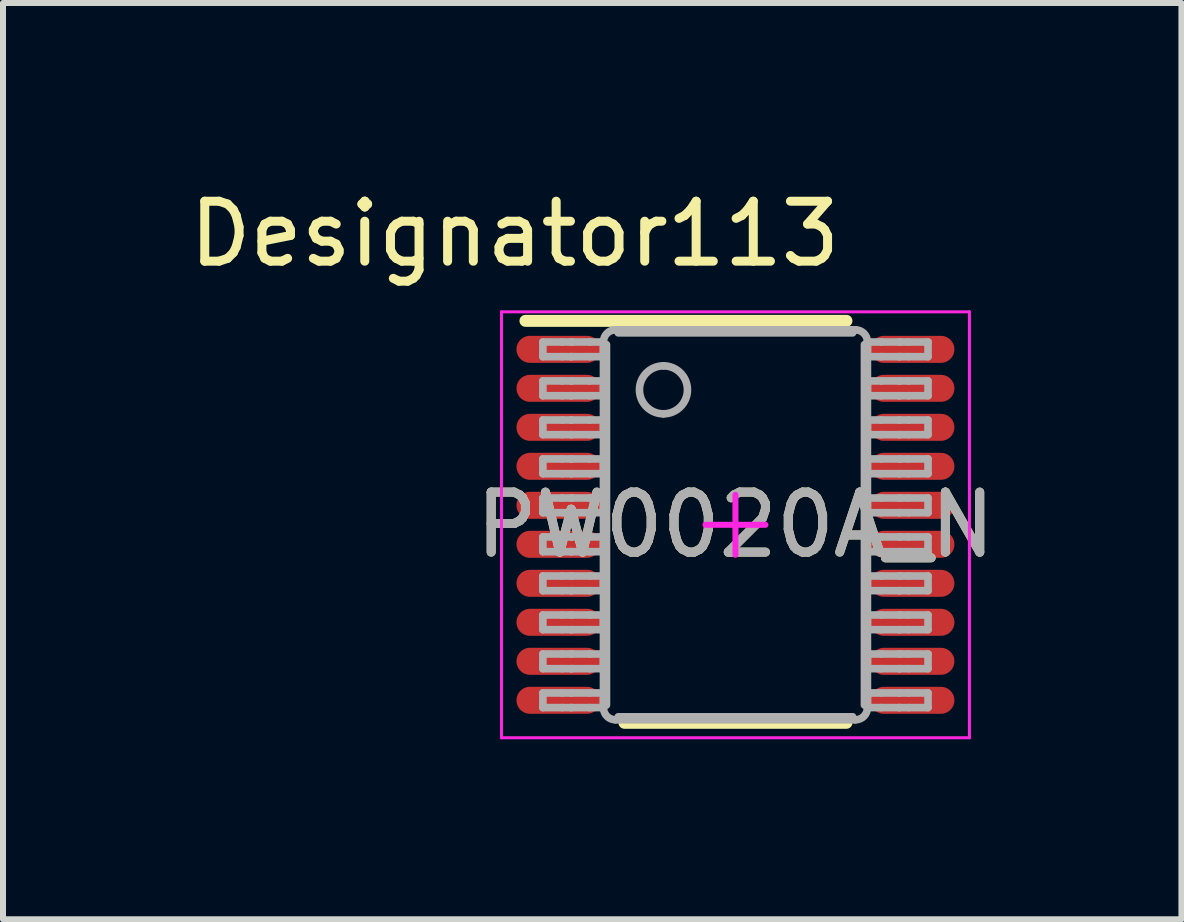
<source format=kicad_pcb>
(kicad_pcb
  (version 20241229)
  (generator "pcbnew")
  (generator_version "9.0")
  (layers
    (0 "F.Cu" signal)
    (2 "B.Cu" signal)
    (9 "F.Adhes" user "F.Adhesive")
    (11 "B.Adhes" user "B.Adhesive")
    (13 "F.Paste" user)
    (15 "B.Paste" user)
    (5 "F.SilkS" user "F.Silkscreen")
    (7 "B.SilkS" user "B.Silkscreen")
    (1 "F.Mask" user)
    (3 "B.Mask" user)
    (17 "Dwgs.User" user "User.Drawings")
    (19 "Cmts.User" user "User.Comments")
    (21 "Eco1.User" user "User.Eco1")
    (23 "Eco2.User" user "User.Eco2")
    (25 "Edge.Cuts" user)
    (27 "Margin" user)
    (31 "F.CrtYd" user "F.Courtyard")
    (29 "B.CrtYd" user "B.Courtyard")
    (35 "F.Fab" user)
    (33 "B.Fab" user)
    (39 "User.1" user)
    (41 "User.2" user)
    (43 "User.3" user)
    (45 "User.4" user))
  (footprint "PW0020A_N"
    (layer "F.Cu")
    (at 9.209 5.698)
    (property "Reference" "PW0020A_N" (at 0 0 0) (unlocked yes) (layer "F.SilkS") (effects (font (size 1 1) (thickness 0.15))))
    (attr smd)
    (fp_line (start -3.5 -3.4) (end 1.85 -3.4) (stroke (width 0.2) (type solid)) (layer "F.SilkS"))
    (fp_line (start -1.85 3.3) (end 1.85 3.3) (stroke (width 0.2) (type solid)) (layer "F.SilkS"))
    (fp_line (start -3.9 -3.55) (end 3.9 -3.55) (stroke (width 0.05) (type solid)) (layer "F.CrtYd"))
    (fp_line (start -3.9 3.55) (end -3.9 -3.55) (stroke (width 0.05) (type solid)) (layer "F.CrtYd"))
    (fp_line (start -3.9 3.55) (end 3.9 3.55) (stroke (width 0.05) (type solid)) (layer "F.CrtYd"))
    (fp_line (start -0.5 0.000003) (end 0.5 0.000003) (stroke (width 0.1) (type solid)) (layer "F.CrtYd"))
    (fp_line (start 0 0.5) (end 0 -0.5) (stroke (width 0.1) (type solid)) (layer "F.CrtYd"))
    (fp_line (start 3.9 3.55) (end 3.9 -3.55) (stroke (width 0.05) (type solid)) (layer "F.CrtYd"))
    (fp_line (start -3.21 -3.047) (end -2.887 -3.047) (stroke (width 0.127) (type solid)) (layer "F.Fab"))
    (fp_line (start -3.21 -2.803) (end -3.21 -3.047) (stroke (width 0.127) (type solid)) (layer "F.Fab"))
    (fp_line (start -3.21 -2.803) (end -2.887 -2.803) (stroke (width 0.127) (type solid)) (layer "F.Fab"))
    (fp_line (start -3.21 -2.398) (end -2.887 -2.398) (stroke (width 0.127) (type solid)) (layer "F.Fab"))
    (fp_line (start -3.21 -2.152) (end -3.21 -2.398) (stroke (width 0.127) (type solid)) (layer "F.Fab"))
    (fp_line (start -3.21 -2.152) (end -2.887 -2.152) (stroke (width 0.127) (type solid)) (layer "F.Fab"))
    (fp_line (start -3.21 -1.747) (end -2.887 -1.747) (stroke (width 0.127) (type solid)) (layer "F.Fab"))
    (fp_line (start -3.21 -1.503) (end -3.21 -1.747) (stroke (width 0.127) (type solid)) (layer "F.Fab"))
    (fp_line (start -3.21 -1.503) (end -2.887 -1.503) (stroke (width 0.127) (type solid)) (layer "F.Fab"))
    (fp_line (start -3.21 -1.098) (end -2.887 -1.098) (stroke (width 0.127) (type solid)) (layer "F.Fab"))
    (fp_line (start -3.21 -0.852) (end -3.21 -1.098) (stroke (width 0.127) (type solid)) (layer "F.Fab"))
    (fp_line (start -3.21 -0.852) (end -2.887 -0.852) (stroke (width 0.127) (type solid)) (layer "F.Fab"))
    (fp_line (start -3.21 -0.447) (end -2.887 -0.447) (stroke (width 0.127) (type solid)) (layer "F.Fab"))
    (fp_line (start -3.21 -0.202) (end -3.21 -0.447) (stroke (width 0.127) (type solid)) (layer "F.Fab"))
    (fp_line (start -3.21 -0.202) (end -2.887 -0.202) (stroke (width 0.127) (type solid)) (layer "F.Fab"))
    (fp_line (start -3.21 0.202) (end -2.887 0.202) (stroke (width 0.127) (type solid)) (layer "F.Fab"))
    (fp_line (start -3.21 0.448) (end -3.21 0.202) (stroke (width 0.127) (type solid)) (layer "F.Fab"))
    (fp_line (start -3.21 0.448) (end -2.887 0.448) (stroke (width 0.127) (type solid)) (layer "F.Fab"))
    (fp_line (start -3.21 0.853) (end -2.887 0.853) (stroke (width 0.127) (type solid)) (layer "F.Fab"))
    (fp_line (start -3.21 1.098) (end -3.21 0.853) (stroke (width 0.127) (type solid)) (layer "F.Fab"))
    (fp_line (start -3.21 1.098) (end -2.887 1.098) (stroke (width 0.127) (type solid)) (layer "F.Fab"))
    (fp_line (start -3.21 1.503) (end -2.887 1.503) (stroke (width 0.127) (type solid)) (layer "F.Fab"))
    (fp_line (start -3.21 1.748) (end -3.21 1.503) (stroke (width 0.127) (type solid)) (layer "F.Fab"))
    (fp_line (start -3.21 1.748) (end -2.887 1.748) (stroke (width 0.127) (type solid)) (layer "F.Fab"))
    (fp_line (start -3.21 2.153) (end -2.887 2.153) (stroke (width 0.127) (type solid)) (layer "F.Fab"))
    (fp_line (start -3.21 2.398) (end -3.21 2.153) (stroke (width 0.127) (type solid)) (layer "F.Fab"))
    (fp_line (start -3.21 2.398) (end -2.887 2.398) (stroke (width 0.127) (type solid)) (layer "F.Fab"))
    (fp_line (start -3.21 2.803) (end -2.887 2.803) (stroke (width 0.127) (type solid)) (layer "F.Fab"))
    (fp_line (start -3.21 3.047) (end -3.21 2.803) (stroke (width 0.127) (type solid)) (layer "F.Fab"))
    (fp_line (start -3.21 3.047) (end -2.887 3.047) (stroke (width 0.127) (type solid)) (layer "F.Fab"))
    (fp_line (start -2.887 -3.047) (end -2.739 -3.047) (stroke (width 0.127) (type solid)) (layer "F.Fab"))
    (fp_line (start -2.887 -2.803) (end -2.739 -2.803) (stroke (width 0.127) (type solid)) (layer "F.Fab"))
    (fp_line (start -2.887 -2.398) (end -2.739 -2.398) (stroke (width 0.127) (type solid)) (layer "F.Fab"))
    (fp_line (start -2.887 -2.152) (end -2.739 -2.152) (stroke (width 0.127) (type solid)) (layer "F.Fab"))
    (fp_line (start -2.887 -1.747) (end -2.739 -1.747) (stroke (width 0.127) (type solid)) (layer "F.Fab"))
    (fp_line (start -2.887 -1.503) (end -2.739 -1.503) (stroke (width 0.127) (type solid)) (layer "F.Fab"))
    (fp_line (start -2.887 -1.098) (end -2.739 -1.098) (stroke (width 0.127) (type solid)) (layer "F.Fab"))
    (fp_line (start -2.887 -0.852) (end -2.739 -0.852) (stroke (width 0.127) (type solid)) (layer "F.Fab"))
    (fp_line (start -2.887 -0.447) (end -2.739 -0.447) (stroke (width 0.127) (type solid)) (layer "F.Fab"))
    (fp_line (start -2.887 -0.202) (end -2.739 -0.202) (stroke (width 0.127) (type solid)) (layer "F.Fab"))
    (fp_line (start -2.887 0.202) (end -2.739 0.202) (stroke (width 0.127) (type solid)) (layer "F.Fab"))
    (fp_line (start -2.887 0.448) (end -2.739 0.448) (stroke (width 0.127) (type solid)) (layer "F.Fab"))
    (fp_line (start -2.887 0.853) (end -2.739 0.853) (stroke (width 0.127) (type solid)) (layer "F.Fab"))
    (fp_line (start -2.887 1.098) (end -2.739 1.098) (stroke (width 0.127) (type solid)) (layer "F.Fab"))
    (fp_line (start -2.887 1.503) (end -2.739 1.503) (stroke (width 0.127) (type solid)) (layer "F.Fab"))
    (fp_line (start -2.887 1.748) (end -2.739 1.748) (stroke (width 0.127) (type solid)) (layer "F.Fab"))
    (fp_line (start -2.887 2.153) (end -2.739 2.153) (stroke (width 0.127) (type solid)) (layer "F.Fab"))
    (fp_line (start -2.887 2.398) (end -2.739 2.398) (stroke (width 0.127) (type solid)) (layer "F.Fab"))
    (fp_line (start -2.887 2.803) (end -2.739 2.803) (stroke (width 0.127) (type solid)) (layer "F.Fab"))
    (fp_line (start -2.887 3.047) (end -2.739 3.047) (stroke (width 0.127) (type solid)) (layer "F.Fab"))
    (fp_line (start -2.739 -3.047) (end -2.733 -3.047) (stroke (width 0.127) (type solid)) (layer "F.Fab"))
    (fp_line (start -2.739 -2.803) (end -2.733 -2.803) (stroke (width 0.127) (type solid)) (layer "F.Fab"))
    (fp_line (start -2.739 -2.398) (end -2.733 -2.398) (stroke (width 0.127) (type solid)) (layer "F.Fab"))
    (fp_line (start -2.739 -2.152) (end -2.733 -2.152) (stroke (width 0.127) (type solid)) (layer "F.Fab"))
    (fp_line (start -2.739 -1.747) (end -2.733 -1.747) (stroke (width 0.127) (type solid)) (layer "F.Fab"))
    (fp_line (start -2.739 -1.503) (end -2.733 -1.503) (stroke (width 0.127) (type solid)) (layer "F.Fab"))
    (fp_line (start -2.739 -1.098) (end -2.733 -1.098) (stroke (width 0.127) (type solid)) (layer "F.Fab"))
    (fp_line (start -2.739 -0.852) (end -2.733 -0.852) (stroke (width 0.127) (type solid)) (layer "F.Fab"))
    (fp_line (start -2.739 -0.447) (end -2.733 -0.447) (stroke (width 0.127) (type solid)) (layer "F.Fab"))
    (fp_line (start -2.739 -0.202) (end -2.733 -0.202) (stroke (width 0.127) (type solid)) (layer "F.Fab"))
    (fp_line (start -2.739 0.202) (end -2.733 0.202) (stroke (width 0.127) (type solid)) (layer "F.Fab"))
    (fp_line (start -2.739 0.448) (end -2.733 0.448) (stroke (width 0.127) (type solid)) (layer "F.Fab"))
    (fp_line (start -2.739 0.853) (end -2.733 0.853) (stroke (width 0.127) (type solid)) (layer "F.Fab"))
    (fp_line (start -2.739 1.098) (end -2.733 1.098) (stroke (width 0.127) (type solid)) (layer "F.Fab"))
    (fp_line (start -2.739 1.503) (end -2.733 1.503) (stroke (width 0.127) (type solid)) (layer "F.Fab"))
    (fp_line (start -2.739 1.748) (end -2.733 1.748) (stroke (width 0.127) (type solid)) (layer "F.Fab"))
    (fp_line (start -2.739 2.153) (end -2.733 2.153) (stroke (width 0.127) (type solid)) (layer "F.Fab"))
    (fp_line (start -2.739 2.398) (end -2.733 2.398) (stroke (width 0.127) (type solid)) (layer "F.Fab"))
    (fp_line (start -2.739 2.803) (end -2.733 2.803) (stroke (width 0.127) (type solid)) (layer "F.Fab"))
    (fp_line (start -2.739 3.047) (end -2.733 3.047) (stroke (width 0.127) (type solid)) (layer "F.Fab"))
    (fp_line (start -2.733 -3.047) (end -2.431 -3.047) (stroke (width 0.127) (type solid)) (layer "F.Fab"))
    (fp_line (start -2.733 -2.803) (end -2.431 -2.803) (stroke (width 0.127) (type solid)) (layer "F.Fab"))
    (fp_line (start -2.733 -2.398) (end -2.431 -2.398) (stroke (width 0.127) (type solid)) (layer "F.Fab"))
    (fp_line (start -2.733 -2.152) (end -2.431 -2.152) (stroke (width 0.127) (type solid)) (layer "F.Fab"))
    (fp_line (start -2.733 -1.747) (end -2.431 -1.747) (stroke (width 0.127) (type solid)) (layer "F.Fab"))
    (fp_line (start -2.733 -1.503) (end -2.431 -1.503) (stroke (width 0.127) (type solid)) (layer "F.Fab"))
    (fp_line (start -2.733 -1.098) (end -2.431 -1.098) (stroke (width 0.127) (type solid)) (layer "F.Fab"))
    (fp_line (start -2.733 -0.852) (end -2.431 -0.852) (stroke (width 0.127) (type solid)) (layer "F.Fab"))
    (fp_line (start -2.733 -0.447) (end -2.431 -0.447) (stroke (width 0.127) (type solid)) (layer "F.Fab"))
    (fp_line (start -2.733 -0.202) (end -2.431 -0.202) (stroke (width 0.127) (type solid)) (layer "F.Fab"))
    (fp_line (start -2.733 0.202) (end -2.431 0.202) (stroke (width 0.127) (type solid)) (layer "F.Fab"))
    (fp_line (start -2.733 0.448) (end -2.431 0.448) (stroke (width 0.127) (type solid)) (layer "F.Fab"))
    (fp_line (start -2.733 0.853) (end -2.431 0.853) (stroke (width 0.127) (type solid)) (layer "F.Fab"))
    (fp_line (start -2.733 1.098) (end -2.431 1.098) (stroke (width 0.127) (type solid)) (layer "F.Fab"))
    (fp_line (start -2.733 1.503) (end -2.431 1.503) (stroke (width 0.127) (type solid)) (layer "F.Fab"))
    (fp_line (start -2.733 1.748) (end -2.431 1.748) (stroke (width 0.127) (type solid)) (layer "F.Fab"))
    (fp_line (start -2.733 2.153) (end -2.431 2.153) (stroke (width 0.127) (type solid)) (layer "F.Fab"))
    (fp_line (start -2.733 2.398) (end -2.431 2.398) (stroke (width 0.127) (type solid)) (layer "F.Fab"))
    (fp_line (start -2.733 2.803) (end -2.431 2.803) (stroke (width 0.127) (type solid)) (layer "F.Fab"))
    (fp_line (start -2.733 3.047) (end -2.431 3.047) (stroke (width 0.127) (type solid)) (layer "F.Fab"))
    (fp_line (start -2.431 -3.047) (end -2.2 -3.047) (stroke (width 0.127) (type solid)) (layer "F.Fab"))
    (fp_line (start -2.431 -2.803) (end -2.2 -2.803) (stroke (width 0.127) (type solid)) (layer "F.Fab"))
    (fp_line (start -2.431 -2.398) (end -2.2 -2.398) (stroke (width 0.127) (type solid)) (layer "F.Fab"))
    (fp_line (start -2.431 -2.152) (end -2.2 -2.152) (stroke (width 0.127) (type solid)) (layer "F.Fab"))
    (fp_line (start -2.431 -1.747) (end -2.2 -1.747) (stroke (width 0.127) (type solid)) (layer "F.Fab"))
    (fp_line (start -2.431 -1.503) (end -2.2 -1.503) (stroke (width 0.127) (type solid)) (layer "F.Fab"))
    (fp_line (start -2.431 -1.098) (end -2.2 -1.098) (stroke (width 0.127) (type solid)) (layer "F.Fab"))
    (fp_line (start -2.431 -0.852) (end -2.2 -0.852) (stroke (width 0.127) (type solid)) (layer "F.Fab"))
    (fp_line (start -2.431 -0.447) (end -2.2 -0.447) (stroke (width 0.127) (type solid)) (layer "F.Fab"))
    (fp_line (start -2.431 -0.202) (end -2.2 -0.202) (stroke (width 0.127) (type solid)) (layer "F.Fab"))
    (fp_line (start -2.431 0.202) (end -2.2 0.202) (stroke (width 0.127) (type solid)) (layer "F.Fab"))
    (fp_line (start -2.431 0.448) (end -2.2 0.448) (stroke (width 0.127) (type solid)) (layer "F.Fab"))
    (fp_line (start -2.431 0.853) (end -2.2 0.853) (stroke (width 0.127) (type solid)) (layer "F.Fab"))
    (fp_line (start -2.431 1.098) (end -2.2 1.098) (stroke (width 0.127) (type solid)) (layer "F.Fab"))
    (fp_line (start -2.431 1.503) (end -2.2 1.503) (stroke (width 0.127) (type solid)) (layer "F.Fab"))
    (fp_line (start -2.431 1.748) (end -2.2 1.748) (stroke (width 0.127) (type solid)) (layer "F.Fab"))
    (fp_line (start -2.431 2.153) (end -2.2 2.153) (stroke (width 0.127) (type solid)) (layer "F.Fab"))
    (fp_line (start -2.431 2.398) (end -2.2 2.398) (stroke (width 0.127) (type solid)) (layer "F.Fab"))
    (fp_line (start -2.431 2.803) (end -2.2 2.803) (stroke (width 0.127) (type solid)) (layer "F.Fab"))
    (fp_line (start -2.431 3.047) (end -2.2 3.047) (stroke (width 0.127) (type solid)) (layer "F.Fab"))
    (fp_line (start -2.2 -2.803) (end -2.2 -3.047) (stroke (width 0.127) (type solid)) (layer "F.Fab"))
    (fp_line (start -2.2 -2.152) (end -2.2 -2.398) (stroke (width 0.127) (type solid)) (layer "F.Fab"))
    (fp_line (start -2.2 -1.503) (end -2.2 -1.747) (stroke (width 0.127) (type solid)) (layer "F.Fab"))
    (fp_line (start -2.2 -0.852) (end -2.2 -1.098) (stroke (width 0.127) (type solid)) (layer "F.Fab"))
    (fp_line (start -2.2 -0.202) (end -2.2 -0.447) (stroke (width 0.127) (type solid)) (layer "F.Fab"))
    (fp_line (start -2.2 0.448) (end -2.2 0.202) (stroke (width 0.127) (type solid)) (layer "F.Fab"))
    (fp_line (start -2.2 1.098) (end -2.2 0.853) (stroke (width 0.127) (type solid)) (layer "F.Fab"))
    (fp_line (start -2.2 1.748) (end -2.2 1.503) (stroke (width 0.127) (type solid)) (layer "F.Fab"))
    (fp_line (start -2.2 2.398) (end -2.2 2.153) (stroke (width 0.127) (type solid)) (layer "F.Fab"))
    (fp_line (start -2.2 3.047) (end -2.2 2.803) (stroke (width 0.127) (type solid)) (layer "F.Fab"))
    (fp_line (start -2.2 3.05) (end -2.2 -3.05) (stroke (width 0.127) (type solid)) (layer "F.Fab"))
    (fp_line (start -2.15 3.004) (end -2.15 -3.004) (stroke (width 0.127) (type solid)) (layer "F.Fab"))
    (fp_line (start -2 -3.25) (end 2 -3.25) (stroke (width 0.127) (type solid)) (layer "F.Fab"))
    (fp_line (start -2 3.25) (end 2 3.25) (stroke (width 0.127) (type solid)) (layer "F.Fab"))
    (fp_line (start -1.954 -3.2) (end 1.954 -3.2) (stroke (width 0.127) (type solid)) (layer "F.Fab"))
    (fp_line (start -1.954 3.2) (end 1.954 3.2) (stroke (width 0.127) (type solid)) (layer "F.Fab"))
    (fp_line (start 2.15 3.004) (end 2.15 -3.004) (stroke (width 0.127) (type solid)) (layer "F.Fab"))
    (fp_line (start 2.2 -3.047) (end 2.43 -3.047) (stroke (width 0.127) (type solid)) (layer "F.Fab"))
    (fp_line (start 2.2 -2.803) (end 2.2 -3.047) (stroke (width 0.127) (type solid)) (layer "F.Fab"))
    (fp_line (start 2.2 -2.803) (end 2.43 -2.803) (stroke (width 0.127) (type solid)) (layer "F.Fab"))
    (fp_line (start 2.2 -2.398) (end 2.43 -2.398) (stroke (width 0.127) (type solid)) (layer "F.Fab"))
    (fp_line (start 2.2 -2.152) (end 2.2 -2.398) (stroke (width 0.127) (type solid)) (layer "F.Fab"))
    (fp_line (start 2.2 -2.152) (end 2.43 -2.152) (stroke (width 0.127) (type solid)) (layer "F.Fab"))
    (fp_line (start 2.2 -1.747) (end 2.43 -1.747) (stroke (width 0.127) (type solid)) (layer "F.Fab"))
    (fp_line (start 2.2 -1.503) (end 2.2 -1.747) (stroke (width 0.127) (type solid)) (layer "F.Fab"))
    (fp_line (start 2.2 -1.503) (end 2.43 -1.503) (stroke (width 0.127) (type solid)) (layer "F.Fab"))
    (fp_line (start 2.2 -1.098) (end 2.43 -1.098) (stroke (width 0.127) (type solid)) (layer "F.Fab"))
    (fp_line (start 2.2 -0.852) (end 2.2 -1.098) (stroke (width 0.127) (type solid)) (layer "F.Fab"))
    (fp_line (start 2.2 -0.852) (end 2.43 -0.852) (stroke (width 0.127) (type solid)) (layer "F.Fab"))
    (fp_line (start 2.2 -0.447) (end 2.43 -0.447) (stroke (width 0.127) (type solid)) (layer "F.Fab"))
    (fp_line (start 2.2 -0.202) (end 2.2 -0.447) (stroke (width 0.127) (type solid)) (layer "F.Fab"))
    (fp_line (start 2.2 -0.202) (end 2.43 -0.202) (stroke (width 0.127) (type solid)) (layer "F.Fab"))
    (fp_line (start 2.2 0.202) (end 2.43 0.202) (stroke (width 0.127) (type solid)) (layer "F.Fab"))
    (fp_line (start 2.2 0.448) (end 2.2 0.202) (stroke (width 0.127) (type solid)) (layer "F.Fab"))
    (fp_line (start 2.2 0.448) (end 2.43 0.448) (stroke (width 0.127) (type solid)) (layer "F.Fab"))
    (fp_line (start 2.2 0.853) (end 2.43 0.853) (stroke (width 0.127) (type solid)) (layer "F.Fab"))
    (fp_line (start 2.2 1.098) (end 2.2 0.853) (stroke (width 0.127) (type solid)) (layer "F.Fab"))
    (fp_line (start 2.2 1.098) (end 2.43 1.098) (stroke (width 0.127) (type solid)) (layer "F.Fab"))
    (fp_line (start 2.2 1.503) (end 2.43 1.503) (stroke (width 0.127) (type solid)) (layer "F.Fab"))
    (fp_line (start 2.2 1.748) (end 2.2 1.503) (stroke (width 0.127) (type solid)) (layer "F.Fab"))
    (fp_line (start 2.2 1.748) (end 2.43 1.748) (stroke (width 0.127) (type solid)) (layer "F.Fab"))
    (fp_line (start 2.2 2.153) (end 2.43 2.153) (stroke (width 0.127) (type solid)) (layer "F.Fab"))
    (fp_line (start 2.2 2.398) (end 2.2 2.153) (stroke (width 0.127) (type solid)) (layer "F.Fab"))
    (fp_line (start 2.2 2.398) (end 2.43 2.398) (stroke (width 0.127) (type solid)) (layer "F.Fab"))
    (fp_line (start 2.2 2.803) (end 2.43 2.803) (stroke (width 0.127) (type solid)) (layer "F.Fab"))
    (fp_line (start 2.2 3.047) (end 2.2 2.803) (stroke (width 0.127) (type solid)) (layer "F.Fab"))
    (fp_line (start 2.2 3.047) (end 2.43 3.047) (stroke (width 0.127) (type solid)) (layer "F.Fab"))
    (fp_line (start 2.2 3.05) (end 2.2 -3.05) (stroke (width 0.127) (type solid)) (layer "F.Fab"))
    (fp_line (start 2.43 -3.047) (end 2.733 -3.047) (stroke (width 0.127) (type solid)) (layer "F.Fab"))
    (fp_line (start 2.43 -2.803) (end 2.733 -2.803) (stroke (width 0.127) (type solid)) (layer "F.Fab"))
    (fp_line (start 2.43 -2.398) (end 2.733 -2.398) (stroke (width 0.127) (type solid)) (layer "F.Fab"))
    (fp_line (start 2.43 -2.152) (end 2.733 -2.152) (stroke (width 0.127) (type solid)) (layer "F.Fab"))
    (fp_line (start 2.43 -1.747) (end 2.733 -1.747) (stroke (width 0.127) (type solid)) (layer "F.Fab"))
    (fp_line (start 2.43 -1.503) (end 2.733 -1.503) (stroke (width 0.127) (type solid)) (layer "F.Fab"))
    (fp_line (start 2.43 -1.098) (end 2.733 -1.098) (stroke (width 0.127) (type solid)) (layer "F.Fab"))
    (fp_line (start 2.43 -0.852) (end 2.733 -0.852) (stroke (width 0.127) (type solid)) (layer "F.Fab"))
    (fp_line (start 2.43 -0.447) (end 2.733 -0.447) (stroke (width 0.127) (type solid)) (layer "F.Fab"))
    (fp_line (start 2.43 -0.202) (end 2.733 -0.202) (stroke (width 0.127) (type solid)) (layer "F.Fab"))
    (fp_line (start 2.43 0.202) (end 2.733 0.202) (stroke (width 0.127) (type solid)) (layer "F.Fab"))
    (fp_line (start 2.43 0.448) (end 2.733 0.448) (stroke (width 0.127) (type solid)) (layer "F.Fab"))
    (fp_line (start 2.43 0.853) (end 2.733 0.853) (stroke (width 0.127) (type solid)) (layer "F.Fab"))
    (fp_line (start 2.43 1.098) (end 2.733 1.098) (stroke (width 0.127) (type solid)) (layer "F.Fab"))
    (fp_line (start 2.43 1.503) (end 2.733 1.503) (stroke (width 0.127) (type solid)) (layer "F.Fab"))
    (fp_line (start 2.43 1.748) (end 2.733 1.748) (stroke (width 0.127) (type solid)) (layer "F.Fab"))
    (fp_line (start 2.43 2.153) (end 2.733 2.153) (stroke (width 0.127) (type solid)) (layer "F.Fab"))
    (fp_line (start 2.43 2.398) (end 2.733 2.398) (stroke (width 0.127) (type solid)) (layer "F.Fab"))
    (fp_line (start 2.43 2.803) (end 2.733 2.803) (stroke (width 0.127) (type solid)) (layer "F.Fab"))
    (fp_line (start 2.43 3.047) (end 2.733 3.047) (stroke (width 0.127) (type solid)) (layer "F.Fab"))
    (fp_line (start 2.733 -3.047) (end 2.739 -3.047) (stroke (width 0.127) (type solid)) (layer "F.Fab"))
    (fp_line (start 2.733 -2.803) (end 2.739 -2.803) (stroke (width 0.127) (type solid)) (layer "F.Fab"))
    (fp_line (start 2.733 -2.398) (end 2.739 -2.398) (stroke (width 0.127) (type solid)) (layer "F.Fab"))
    (fp_line (start 2.733 -2.152) (end 2.739 -2.152) (stroke (width 0.127) (type solid)) (layer "F.Fab"))
    (fp_line (start 2.733 -1.747) (end 2.739 -1.747) (stroke (width 0.127) (type solid)) (layer "F.Fab"))
    (fp_line (start 2.733 -1.503) (end 2.739 -1.503) (stroke (width 0.127) (type solid)) (layer "F.Fab"))
    (fp_line (start 2.733 -1.098) (end 2.739 -1.098) (stroke (width 0.127) (type solid)) (layer "F.Fab"))
    (fp_line (start 2.733 -0.852) (end 2.739 -0.852) (stroke (width 0.127) (type solid)) (layer "F.Fab"))
    (fp_line (start 2.733 -0.447) (end 2.739 -0.447) (stroke (width 0.127) (type solid)) (layer "F.Fab"))
    (fp_line (start 2.733 -0.202) (end 2.739 -0.202) (stroke (width 0.127) (type solid)) (layer "F.Fab"))
    (fp_line (start 2.733 0.202) (end 2.739 0.202) (stroke (width 0.127) (type solid)) (layer "F.Fab"))
    (fp_line (start 2.733 0.448) (end 2.739 0.448) (stroke (width 0.127) (type solid)) (layer "F.Fab"))
    (fp_line (start 2.733 0.853) (end 2.739 0.853) (stroke (width 0.127) (type solid)) (layer "F.Fab"))
    (fp_line (start 2.733 1.098) (end 2.739 1.098) (stroke (width 0.127) (type solid)) (layer "F.Fab"))
    (fp_line (start 2.733 1.503) (end 2.739 1.503) (stroke (width 0.127) (type solid)) (layer "F.Fab"))
    (fp_line (start 2.733 1.748) (end 2.739 1.748) (stroke (width 0.127) (type solid)) (layer "F.Fab"))
    (fp_line (start 2.733 2.153) (end 2.739 2.153) (stroke (width 0.127) (type solid)) (layer "F.Fab"))
    (fp_line (start 2.733 2.398) (end 2.739 2.398) (stroke (width 0.127) (type solid)) (layer "F.Fab"))
    (fp_line (start 2.733 2.803) (end 2.739 2.803) (stroke (width 0.127) (type solid)) (layer "F.Fab"))
    (fp_line (start 2.733 3.047) (end 2.739 3.047) (stroke (width 0.127) (type solid)) (layer "F.Fab"))
    (fp_line (start 2.739 -3.047) (end 2.887 -3.047) (stroke (width 0.127) (type solid)) (layer "F.Fab"))
    (fp_line (start 2.739 -2.803) (end 2.887 -2.803) (stroke (width 0.127) (type solid)) (layer "F.Fab"))
    (fp_line (start 2.739 -2.398) (end 2.887 -2.398) (stroke (width 0.127) (type solid)) (layer "F.Fab"))
    (fp_line (start 2.739 -2.152) (end 2.887 -2.152) (stroke (width 0.127) (type solid)) (layer "F.Fab"))
    (fp_line (start 2.739 -1.747) (end 2.887 -1.747) (stroke (width 0.127) (type solid)) (layer "F.Fab"))
    (fp_line (start 2.739 -1.503) (end 2.887 -1.503) (stroke (width 0.127) (type solid)) (layer "F.Fab"))
    (fp_line (start 2.739 -1.098) (end 2.887 -1.098) (stroke (width 0.127) (type solid)) (layer "F.Fab"))
    (fp_line (start 2.739 -0.852) (end 2.887 -0.852) (stroke (width 0.127) (type solid)) (layer "F.Fab"))
    (fp_line (start 2.739 -0.447) (end 2.887 -0.447) (stroke (width 0.127) (type solid)) (layer "F.Fab"))
    (fp_line (start 2.739 -0.202) (end 2.887 -0.202) (stroke (width 0.127) (type solid)) (layer "F.Fab"))
    (fp_line (start 2.739 0.202) (end 2.887 0.202) (stroke (width 0.127) (type solid)) (layer "F.Fab"))
    (fp_line (start 2.739 0.448) (end 2.887 0.448) (stroke (width 0.127) (type solid)) (layer "F.Fab"))
    (fp_line (start 2.739 0.853) (end 2.887 0.853) (stroke (width 0.127) (type solid)) (layer "F.Fab"))
    (fp_line (start 2.739 1.098) (end 2.887 1.098) (stroke (width 0.127) (type solid)) (layer "F.Fab"))
    (fp_line (start 2.739 1.503) (end 2.887 1.503) (stroke (width 0.127) (type solid)) (layer "F.Fab"))
    (fp_line (start 2.739 1.748) (end 2.887 1.748) (stroke (width 0.127) (type solid)) (layer "F.Fab"))
    (fp_line (start 2.739 2.153) (end 2.887 2.153) (stroke (width 0.127) (type solid)) (layer "F.Fab"))
    (fp_line (start 2.739 2.398) (end 2.887 2.398) (stroke (width 0.127) (type solid)) (layer "F.Fab"))
    (fp_line (start 2.739 2.803) (end 2.887 2.803) (stroke (width 0.127) (type solid)) (layer "F.Fab"))
    (fp_line (start 2.739 3.047) (end 2.887 3.047) (stroke (width 0.127) (type solid)) (layer "F.Fab"))
    (fp_line (start 2.887 -3.047) (end 3.21 -3.047) (stroke (width 0.127) (type solid)) (layer "F.Fab"))
    (fp_line (start 2.887 -2.803) (end 3.21 -2.803) (stroke (width 0.127) (type solid)) (layer "F.Fab"))
    (fp_line (start 2.887 -2.398) (end 3.21 -2.398) (stroke (width 0.127) (type solid)) (layer "F.Fab"))
    (fp_line (start 2.887 -2.152) (end 3.21 -2.152) (stroke (width 0.127) (type solid)) (layer "F.Fab"))
    (fp_line (start 2.887 -1.747) (end 3.21 -1.747) (stroke (width 0.127) (type solid)) (layer "F.Fab"))
    (fp_line (start 2.887 -1.503) (end 3.21 -1.503) (stroke (width 0.127) (type solid)) (layer "F.Fab"))
    (fp_line (start 2.887 -1.098) (end 3.21 -1.098) (stroke (width 0.127) (type solid)) (layer "F.Fab"))
    (fp_line (start 2.887 -0.852) (end 3.21 -0.852) (stroke (width 0.127) (type solid)) (layer "F.Fab"))
    (fp_line (start 2.887 -0.447) (end 3.21 -0.447) (stroke (width 0.127) (type solid)) (layer "F.Fab"))
    (fp_line (start 2.887 -0.202) (end 3.21 -0.202) (stroke (width 0.127) (type solid)) (layer "F.Fab"))
    (fp_line (start 2.887 0.202) (end 3.21 0.202) (stroke (width 0.127) (type solid)) (layer "F.Fab"))
    (fp_line (start 2.887 0.448) (end 3.21 0.448) (stroke (width 0.127) (type solid)) (layer "F.Fab"))
    (fp_line (start 2.887 0.853) (end 3.21 0.853) (stroke (width 0.127) (type solid)) (layer "F.Fab"))
    (fp_line (start 2.887 1.098) (end 3.21 1.098) (stroke (width 0.127) (type solid)) (layer "F.Fab"))
    (fp_line (start 2.887 1.503) (end 3.21 1.503) (stroke (width 0.127) (type solid)) (layer "F.Fab"))
    (fp_line (start 2.887 1.748) (end 3.21 1.748) (stroke (width 0.127) (type solid)) (layer "F.Fab"))
    (fp_line (start 2.887 2.153) (end 3.21 2.153) (stroke (width 0.127) (type solid)) (layer "F.Fab"))
    (fp_line (start 2.887 2.398) (end 3.21 2.398) (stroke (width 0.127) (type solid)) (layer "F.Fab"))
    (fp_line (start 2.887 2.803) (end 3.21 2.803) (stroke (width 0.127) (type solid)) (layer "F.Fab"))
    (fp_line (start 2.887 3.047) (end 3.21 3.047) (stroke (width 0.127) (type solid)) (layer "F.Fab"))
    (fp_line (start 3.21 -2.803) (end 3.21 -3.047) (stroke (width 0.127) (type solid)) (layer "F.Fab"))
    (fp_line (start 3.21 -2.152) (end 3.21 -2.398) (stroke (width 0.127) (type solid)) (layer "F.Fab"))
    (fp_line (start 3.21 -1.503) (end 3.21 -1.747) (stroke (width 0.127) (type solid)) (layer "F.Fab"))
    (fp_line (start 3.21 -0.852) (end 3.21 -1.098) (stroke (width 0.127) (type solid)) (layer "F.Fab"))
    (fp_line (start 3.21 -0.202) (end 3.21 -0.447) (stroke (width 0.127) (type solid)) (layer "F.Fab"))
    (fp_line (start 3.21 0.448) (end 3.21 0.202) (stroke (width 0.127) (type solid)) (layer "F.Fab"))
    (fp_line (start 3.21 1.098) (end 3.21 0.853) (stroke (width 0.127) (type solid)) (layer "F.Fab"))
    (fp_line (start 3.21 1.748) (end 3.21 1.503) (stroke (width 0.127) (type solid)) (layer "F.Fab"))
    (fp_line (start 3.21 2.398) (end 3.21 2.153) (stroke (width 0.127) (type solid)) (layer "F.Fab"))
    (fp_line (start 3.21 3.047) (end 3.21 2.803) (stroke (width 0.127) (type solid)) (layer "F.Fab"))
    (fp_arc (start -2.200026 -3.050001) (mid -2.141435 -3.191428) (end -2.000001 -3.250001) (stroke (width 0.127) (type solid)) (layer "F.Fab"))
    (fp_arc (start -2.000001 3.250011) (mid -2.141435 3.191438) (end -2.200026 3.050012) (stroke (width 0.127) (type solid)) (layer "F.Fab"))
    (fp_arc (start -1.200003 -2.650002) (mid -0.800003 -2.250003) (end -1.200003 -1.850004) (stroke (width 0.127) (type solid)) (layer "F.Fab"))
    (fp_arc (start -1.200003 -1.850004) (mid -1.600002 -2.250003) (end -1.200003 -2.650002) (stroke (width 0.127) (type solid)) (layer "F.Fab"))
    (fp_arc (start 1.999991 -3.250001) (mid 2.141412 -3.191423) (end 2.199991 -3.050002) (stroke (width 0.127) (type solid)) (layer "F.Fab"))
    (fp_arc (start 2.199991 3.050012) (mid 2.141412 3.191433) (end 1.999991 3.250011) (stroke (width 0.127) (type solid)) (layer "F.Fab"))
    (fp_text user "Designator113" (at -3.679 -4.849 0) (unlocked yes) (layer "F.SilkS") (effects (font (size 1 1) (thickness 0.15))))
    (fp_text user "${REFERENCE}" (at 0 0 0) (unlocked yes) (layer "F.Fab") (effects (font (size 1 1) (thickness 0.15))))
    (pad "1" smd oval (at -2.95 -2.925 90) (size 0.45 1.4) (layers "F.Cu" "F.Mask" "F.Paste"))
    (pad "2" smd oval (at -2.95 -2.275 90) (size 0.45 1.4) (layers "F.Cu" "F.Mask" "F.Paste"))
    (pad "3" smd oval (at -2.95 -1.625 90) (size 0.45 1.4) (layers "F.Cu" "F.Mask" "F.Paste"))
    (pad "4" smd oval (at -2.95 -0.975 90) (size 0.45 1.4) (layers "F.Cu" "F.Mask" "F.Paste"))
    (pad "5" smd oval (at -2.95 -0.325 90) (size 0.45 1.4) (layers "F.Cu" "F.Mask" "F.Paste"))
    (pad "6" smd oval (at -2.95 0.325 90) (size 0.45 1.4) (layers "F.Cu" "F.Mask" "F.Paste"))
    (pad "7" smd oval (at -2.95 0.975 90) (size 0.45 1.4) (layers "F.Cu" "F.Mask" "F.Paste"))
    (pad "8" smd oval (at -2.95 1.625 90) (size 0.45 1.4) (layers "F.Cu" "F.Mask" "F.Paste"))
    (pad "9" smd oval (at -2.95 2.275 90) (size 0.45 1.4) (layers "F.Cu" "F.Mask" "F.Paste"))
    (pad "10" smd oval (at -2.95 2.925 90) (size 0.45 1.4) (layers "F.Cu" "F.Mask" "F.Paste"))
    (pad "11" smd oval (at 2.95 2.925 90) (size 0.45 1.4) (layers "F.Cu" "F.Mask" "F.Paste"))
    (pad "12" smd oval (at 2.95 2.275 90) (size 0.45 1.4) (layers "F.Cu" "F.Mask" "F.Paste"))
    (pad "13" smd oval (at 2.95 1.625 90) (size 0.45 1.4) (layers "F.Cu" "F.Mask" "F.Paste"))
    (pad "14" smd oval (at 2.95 0.975 90) (size 0.45 1.4) (layers "F.Cu" "F.Mask" "F.Paste"))
    (pad "15" smd oval (at 2.95 0.325 90) (size 0.45 1.4) (layers "F.Cu" "F.Mask" "F.Paste"))
    (pad "16" smd oval (at 2.95 -0.325 90) (size 0.45 1.4) (layers "F.Cu" "F.Mask" "F.Paste"))
    (pad "17" smd oval (at 2.95 -0.975 90) (size 0.45 1.4) (layers "F.Cu" "F.Mask" "F.Paste"))
    (pad "18" smd oval (at 2.95 -1.625 90) (size 0.45 1.4) (layers "F.Cu" "F.Mask" "F.Paste"))
    (pad "19" smd oval (at 2.95 -2.275 90) (size 0.45 1.4) (layers "F.Cu" "F.Mask" "F.Paste"))
    (pad "20" smd oval (at 2.95 -2.925 90) (size 0.45 1.4) (layers "F.Cu" "F.Mask" "F.Paste")))
  (gr_rect
    (start -3 -3)
    (end 16.643 12.273)
    (stroke (width 0.1) (type default))
    (fill no)
    (layer "Edge.Cuts")))
</source>
